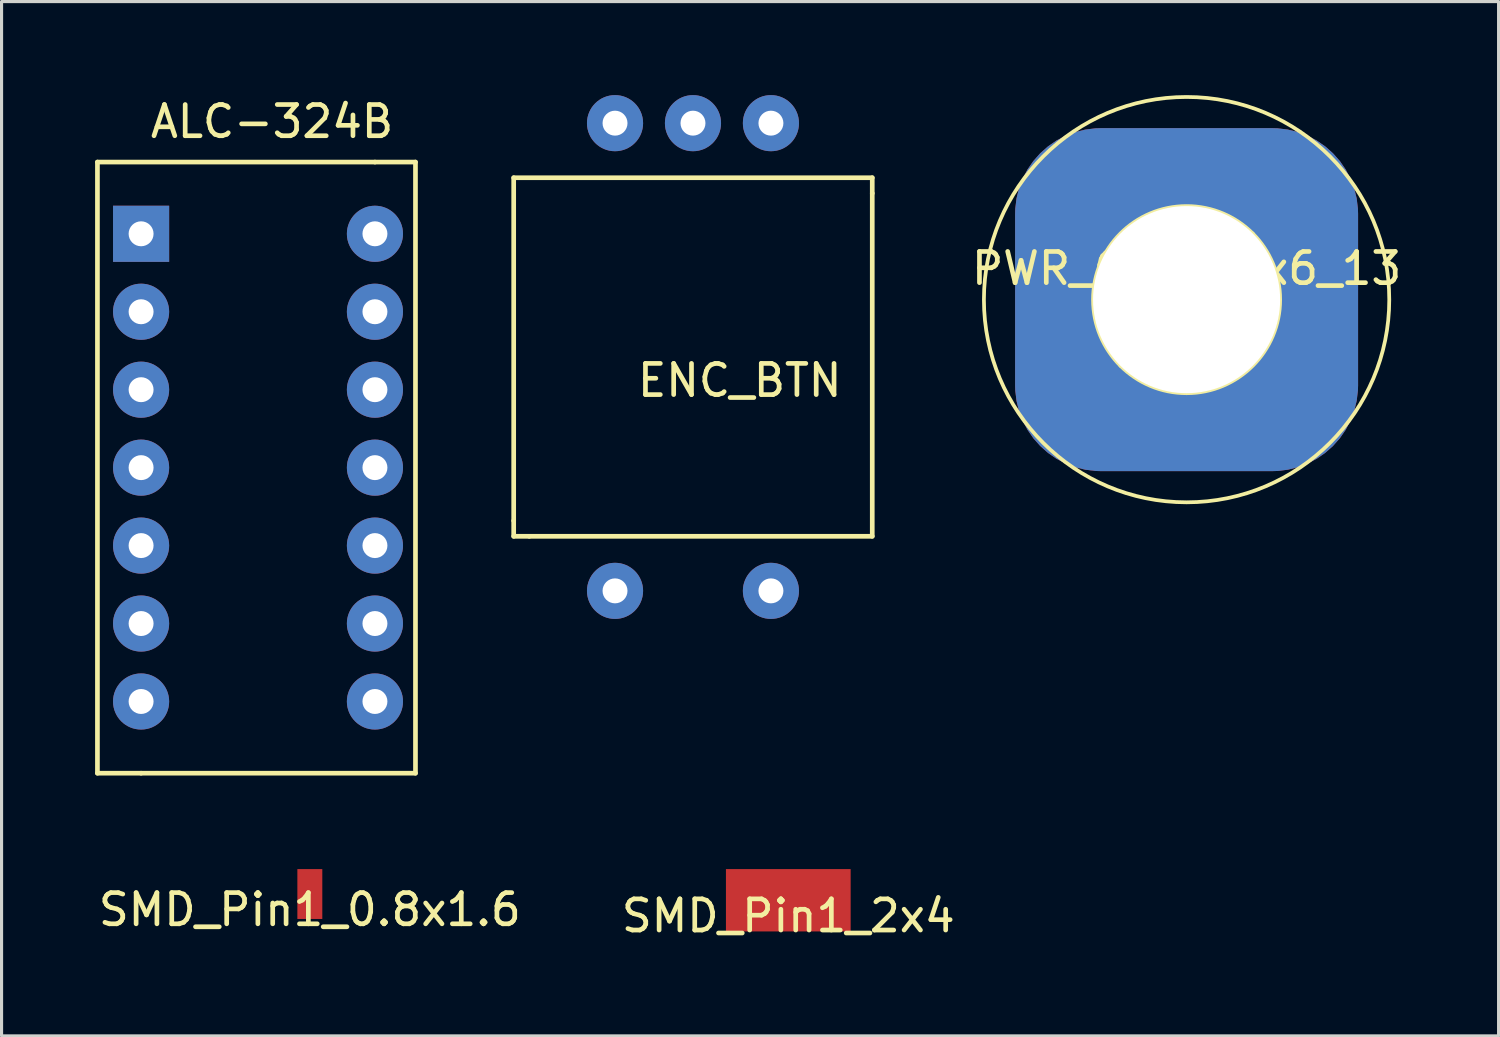
<source format=kicad_pcb>
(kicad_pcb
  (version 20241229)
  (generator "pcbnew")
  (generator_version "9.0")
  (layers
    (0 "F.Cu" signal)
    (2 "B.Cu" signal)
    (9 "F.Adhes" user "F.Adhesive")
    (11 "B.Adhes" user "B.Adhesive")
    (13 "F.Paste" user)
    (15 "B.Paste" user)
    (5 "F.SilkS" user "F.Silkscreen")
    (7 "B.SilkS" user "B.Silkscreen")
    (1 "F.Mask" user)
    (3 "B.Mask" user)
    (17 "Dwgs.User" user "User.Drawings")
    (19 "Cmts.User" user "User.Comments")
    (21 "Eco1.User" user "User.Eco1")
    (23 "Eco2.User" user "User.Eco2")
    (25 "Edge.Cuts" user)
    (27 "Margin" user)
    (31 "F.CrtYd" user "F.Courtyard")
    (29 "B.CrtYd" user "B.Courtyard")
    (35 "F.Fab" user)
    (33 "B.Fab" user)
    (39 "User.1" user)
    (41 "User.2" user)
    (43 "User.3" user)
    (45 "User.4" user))
  (footprint "ENC_BTN"
    (layer "F.Cu")
    (at 19.175 8.4)
    (property "Reference" "ENC_BTN" (at 1.5 0.75 0) (layer "F.SilkS") (effects (font (size 1 1) (thickness 0.15))))
    (attr through_hole)
    (fp_line (start -5.75 -5.75) (end -5.75 5.25) (stroke (width 0.15) (type solid)) (layer "F.SilkS"))
    (fp_line (start -5.75 -5.75) (end 5.75 -5.75) (stroke (width 0.15) (type solid)) (layer "F.SilkS"))
    (fp_line (start -5.75 5.25) (end -5.75 5.75) (stroke (width 0.15) (type solid)) (layer "F.SilkS"))
    (fp_line (start -5.75 5.75) (end -5.25 5.75) (stroke (width 0.15) (type solid)) (layer "F.SilkS"))
    (fp_line (start -5.25 5.75) (end 5.75 5.75) (stroke (width 0.15) (type solid)) (layer "F.SilkS"))
    (fp_line (start 5.75 -5.75) (end 5.75 -5.25) (stroke (width 0.15) (type solid)) (layer "F.SilkS"))
    (fp_line (start 5.75 5.75) (end 5.75 -5.25) (stroke (width 0.15) (type solid)) (layer "F.SilkS"))
    (pad "1" thru_hole circle (at -2.5 -7.5) (size 1.8 1.8) (drill 0.8) (layers "*.Cu" "*.Mask"))
    (pad "2" thru_hole circle (at 0 -7.5) (size 1.8 1.8) (drill 0.8) (layers "*.Cu" "*.Mask"))
    (pad "3" thru_hole circle (at 2.5 -7.5) (size 1.8 1.8) (drill 0.8) (layers "*.Cu" "*.Mask"))
    (pad "4" thru_hole circle (at -2.5 7.5) (size 1.8 1.8) (drill 0.8) (layers "*.Cu" "*.Mask"))
    (pad "5" thru_hole circle (at 2.5 7.5) (size 1.8 1.8) (drill 0.8) (layers "*.Cu" "*.Mask")))
  (footprint "PWR_Conn_1x6_13"
    (layer "F.Cu")
    (at 35.006 6.56)
    (property "Reference" "PWR_Conn_1x6_13" (at 0 -1 0) (unlocked yes) (layer "F.SilkS") (effects (font (size 1 1) (thickness 0.15))))
    (attr through_hole)
    (fp_line (start -2.121 2.121) (end 2.121 -2.121) (stroke (width 0.12) (type solid)) (layer "F.SilkS"))
    (fp_circle (center 0 0) (end 3 0) (stroke (width 0.12) (type solid)) (fill no) (layer "F.SilkS"))
    (fp_circle (center 0 0) (end 6.5 0) (stroke (width 0.12) (type solid)) (fill no) (layer "F.SilkS"))
    (pad "1" thru_hole roundrect (at 0 0) (size 11 11) (drill 6) (layers "*.Cu" "*.Mask") (roundrect_rratio 0.25)))
  (footprint "ALC-324B"
    (layer "F.Cu")
    (at 5.275 11.848)
    (property "Reference" "ALC-324B" (at 0.4 -11 0) (layer "F.SilkS") (effects (font (size 1 1) (thickness 0.15))))
    (attr through_hole)
    (fp_line (start -5.2 -9.7) (end 3.7 -9.7) (stroke (width 0.15) (type solid)) (layer "F.SilkS"))
    (fp_line (start -5.2 9.9) (end -5.2 -9.7) (stroke (width 0.15) (type solid)) (layer "F.SilkS"))
    (fp_line (start -3.8 9.9) (end -5.2 9.9) (stroke (width 0.15) (type solid)) (layer "F.SilkS"))
    (fp_line (start -3.8 9.9) (end 5 9.9) (stroke (width 0.15) (type solid)) (layer "F.SilkS"))
    (fp_line (start 5 -9.7) (end 3.7 -9.7) (stroke (width 0.15) (type solid)) (layer "F.SilkS"))
    (fp_line (start 5 9.9) (end 5 -9.7) (stroke (width 0.15) (type solid)) (layer "F.SilkS"))
    (pad "1" thru_hole circle (at 3.7 7.6) (size 1.8 1.8) (drill 0.8) (layers "*.Cu" "*.Mask"))
    (pad "2" thru_hole circle (at 3.7 5.1) (size 1.8 1.8) (drill 0.8) (layers "*.Cu" "*.Mask"))
    (pad "3" thru_hole circle (at 3.7 2.6) (size 1.8 1.8) (drill 0.8) (layers "*.Cu" "*.Mask"))
    (pad "4" thru_hole circle (at 3.7 0.1) (size 1.8 1.8) (drill 0.8) (layers "*.Cu" "*.Mask"))
    (pad "5" thru_hole circle (at 3.7 -2.4) (size 1.8 1.8) (drill 0.8) (layers "*.Cu" "*.Mask"))
    (pad "6" thru_hole circle (at 3.7 -4.9) (size 1.8 1.8) (drill 0.8) (layers "*.Cu" "*.Mask"))
    (pad "7" thru_hole circle (at 3.7 -7.4) (size 1.8 1.8) (drill 0.8) (layers "*.Cu" "*.Mask"))
    (pad "8" thru_hole rect (at -3.8 -7.4) (size 1.8 1.8) (drill 0.8) (layers "*.Cu" "*.Mask"))
    (pad "9" thru_hole circle (at -3.8 -4.9) (size 1.8 1.8) (drill 0.8) (layers "*.Cu" "*.Mask"))
    (pad "10" thru_hole circle (at -3.8 -2.4) (size 1.8 1.8) (drill 0.8) (layers "*.Cu" "*.Mask"))
    (pad "11" thru_hole circle (at -3.8 0.1) (size 1.8 1.8) (drill 0.8) (layers "*.Cu" "*.Mask"))
    (pad "12" thru_hole circle (at -3.8 2.6) (size 1.8 1.8) (drill 0.8) (layers "*.Cu" "*.Mask"))
    (pad "13" thru_hole circle (at -3.8 5.1) (size 1.8 1.8) (drill 0.8) (layers "*.Cu" "*.Mask"))
    (pad "14" thru_hole circle (at -3.8 7.6) (size 1.8 1.8) (drill 0.8) (layers "*.Cu" "*.Mask")))
  (footprint "SMD_Pin1_0.8x1.6"
    (layer "F.Cu")
    (at 6.887 25.623)
    (property "Reference" "SMD_Pin1_0.8x1.6" (at 0 0.5 0) (layer "F.SilkS") (effects (font (size 1 1) (thickness 0.15))))
    (attr through_hole)
    (pad "1" smd rect (at 0 0) (size 0.8 1.6) (layers "F.Cu" "F.Mask" "F.Paste")))
  (footprint "SMD_Pin1_2x4"
    (layer "F.Cu")
    (at 22.232 25.823)
    (property "Reference" "SMD_Pin1_2x4" (at 0 0.5 0) (layer "F.SilkS") (effects (font (size 1 1) (thickness 0.15))))
    (attr through_hole)
    (pad "1" smd rect (at 0 0) (size 4 2) (layers "F.Cu" "F.Mask" "F.Paste")))
  (gr_rect
    (start -3 -3)
    (end 45.012 30.172)
    (stroke (width 0.1) (type default))
    (fill no)
    (layer "Edge.Cuts")))
</source>
